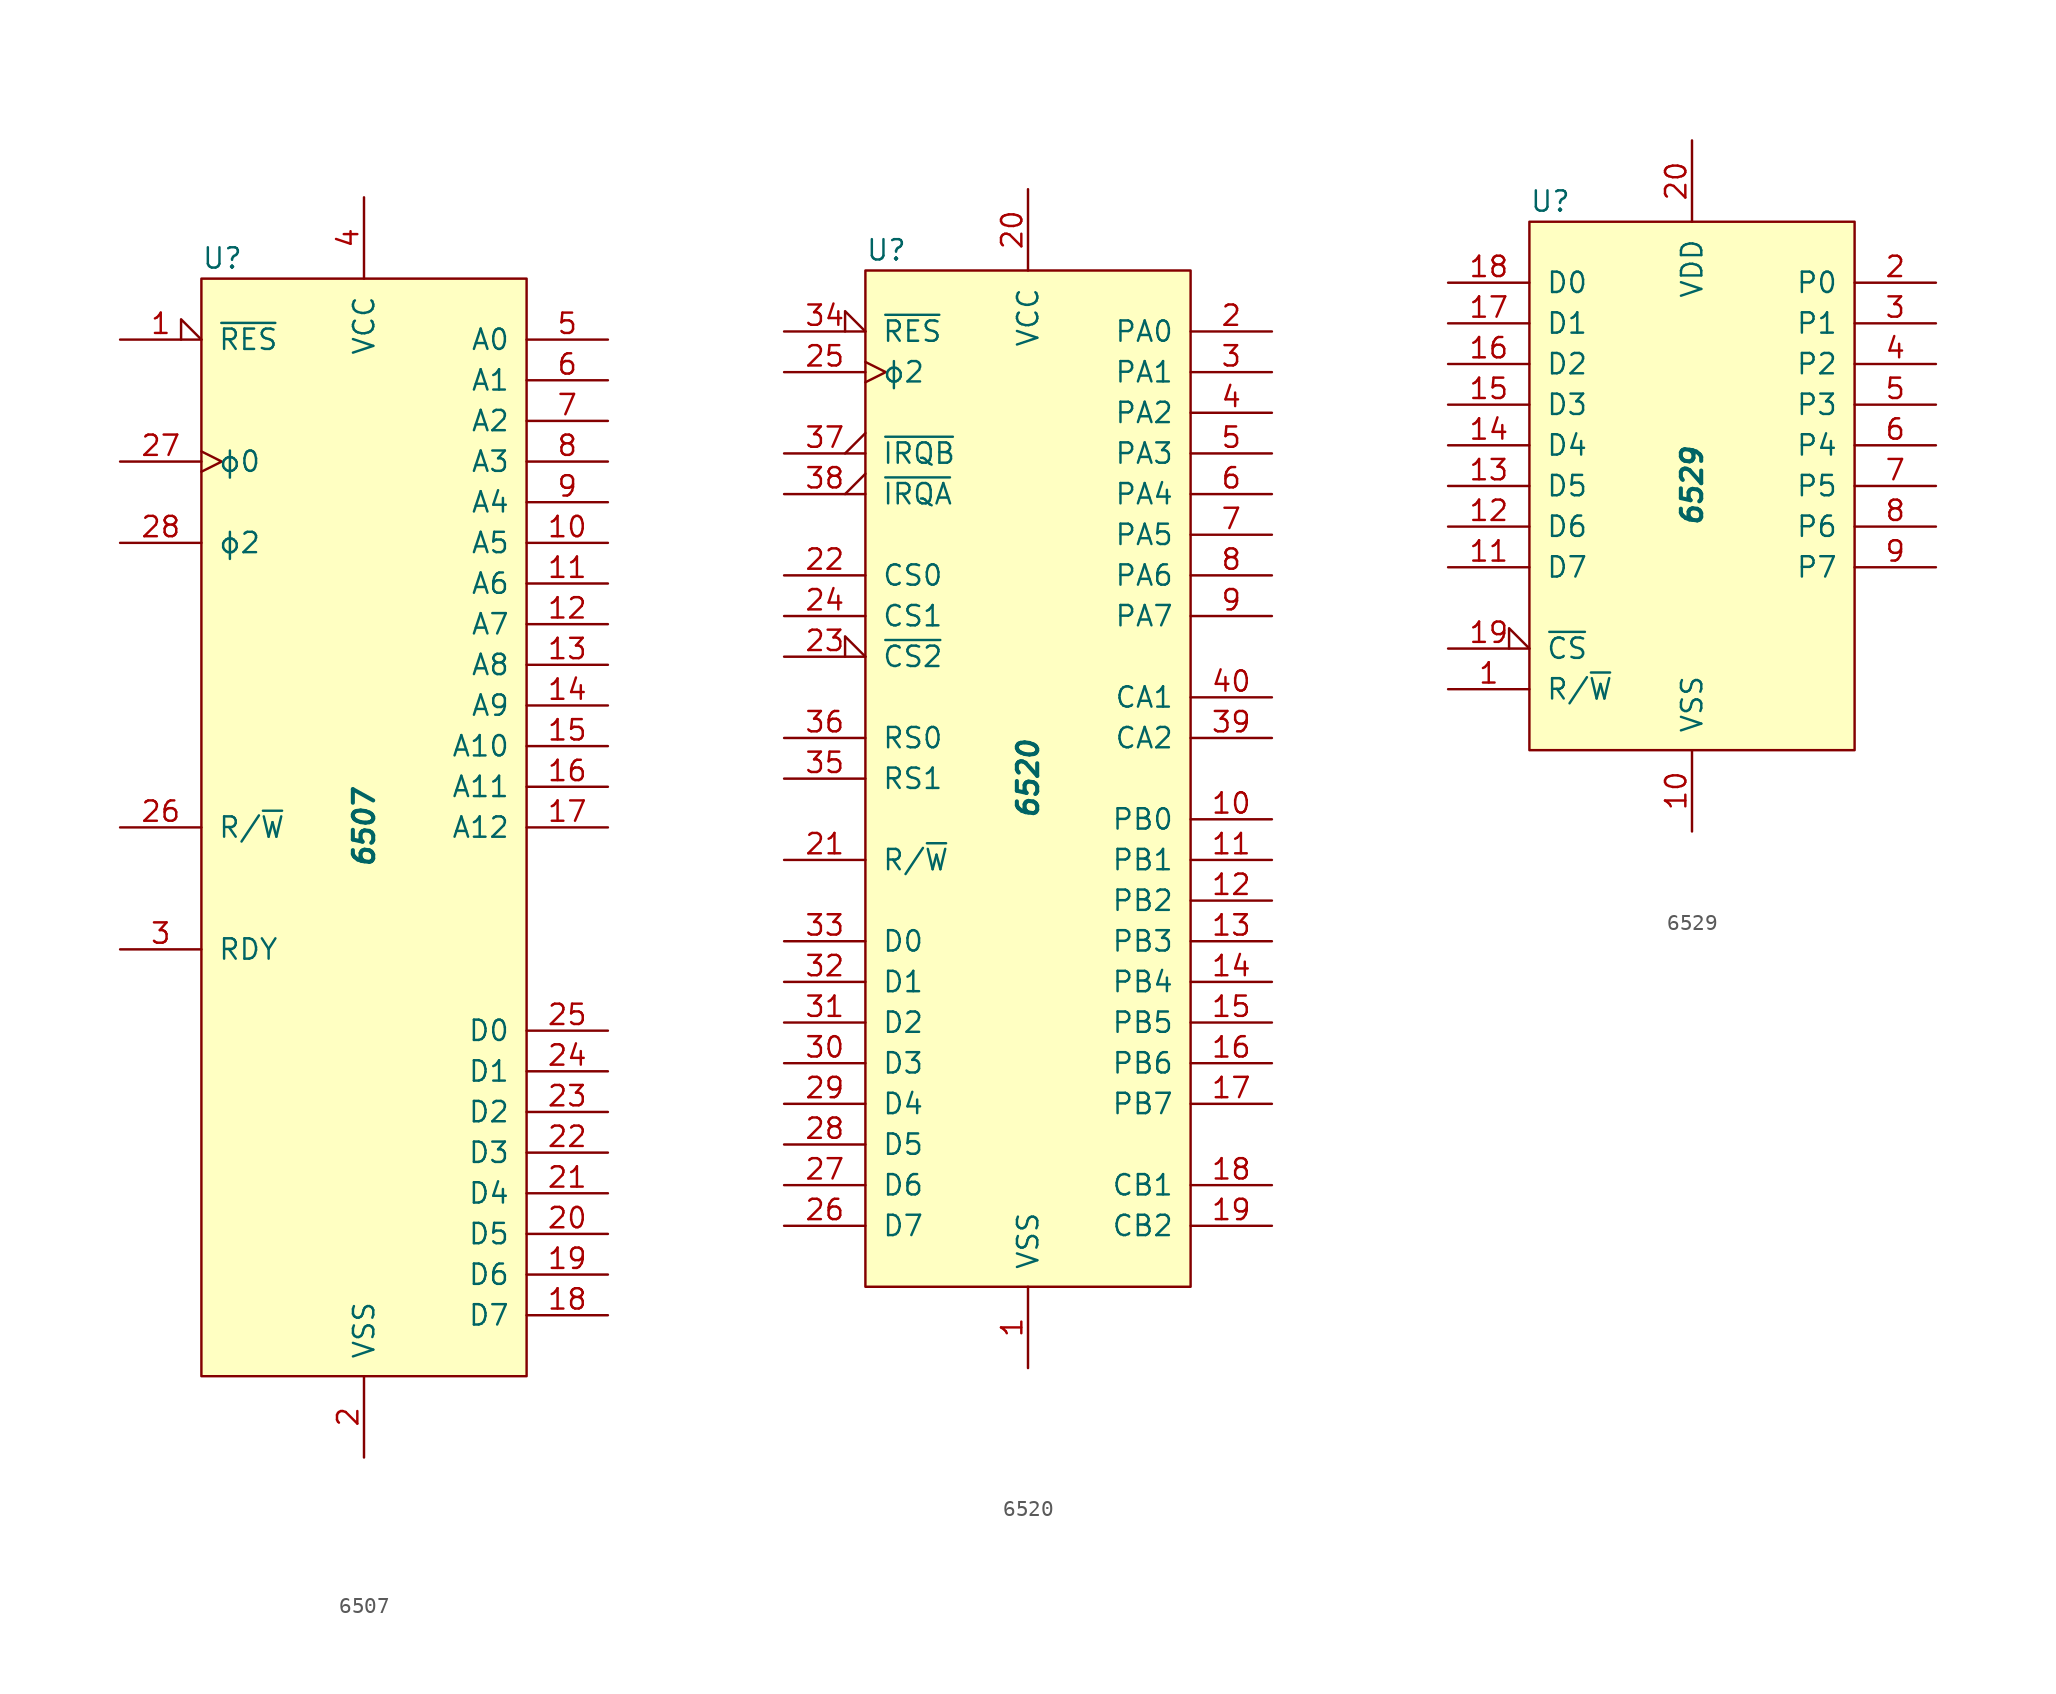
<source format=kicad_sym>
(kicad_symbol_lib
  (version 20241209)
  (generator "kicad_symbol_editor")
  (generator_version "9.0")
  (symbol "6507"
    (pin_names
      (offset 1.016))
    (property "Reference" "U"
      (at -10.16 35.56 0)
      (effects (font (size 1.27 1.27)) (justify left)))
    (property "Value" "6507"
      (at 0 0 90)
      (effects (font (size 1.27 1.27) (bold yes) (italic yes))))
    (symbol "6507_0_1"
      (rectangle (start -10.16 34.29) (end 10.16 -34.29) (stroke (width 0) (type solid)) (fill (type background))))
    (symbol "6507_1_1"
      (pin input input_low (at -15.24 30.48 0) (length 5.08) (name "~{RES}" (effects (font (size 1.27 1.27)))) (number "1" (effects (font (size 1.27 1.27)))))
      (pin input clock (at -15.24 22.86 0) (length 5.08) (name "ϕ0" (effects (font (size 1.27 1.27)))) (number "27" (effects (font (size 1.27 1.27)))))
      (pin output line (at -15.24 17.78 0) (length 5.08) (name "ϕ2" (effects (font (size 1.27 1.27)))) (number "28" (effects (font (size 1.27 1.27)))))
      (pin output line (at -15.24 0 0) (length 5.08) (name "R/~{W}" (effects (font (size 1.27 1.27)))) (number "26" (effects (font (size 1.27 1.27)))))
      (pin input line (at -15.24 -7.62 0) (length 5.08) (name "RDY" (effects (font (size 1.27 1.27)))) (number "3" (effects (font (size 1.27 1.27)))))
      (pin power_in line (at 0 39.37 270) (length 5.08) (name "VCC" (effects (font (size 1.27 1.27)))) (number "4" (effects (font (size 1.27 1.27)))))
      (pin power_in line (at 0 -39.37 90) (length 5.08) (name "VSS" (effects (font (size 1.27 1.27)))) (number "2" (effects (font (size 1.27 1.27)))))
      (pin output line (at 15.24 30.48 180) (length 5.08) (name "A0" (effects (font (size 1.27 1.27)))) (number "5" (effects (font (size 1.27 1.27)))))
      (pin output line (at 15.24 27.94 180) (length 5.08) (name "A1" (effects (font (size 1.27 1.27)))) (number "6" (effects (font (size 1.27 1.27)))))
      (pin output line (at 15.24 25.4 180) (length 5.08) (name "A2" (effects (font (size 1.27 1.27)))) (number "7" (effects (font (size 1.27 1.27)))))
      (pin output line (at 15.24 22.86 180) (length 5.08) (name "A3" (effects (font (size 1.27 1.27)))) (number "8" (effects (font (size 1.27 1.27)))))
      (pin output line (at 15.24 20.32 180) (length 5.08) (name "A4" (effects (font (size 1.27 1.27)))) (number "9" (effects (font (size 1.27 1.27)))))
      (pin output line (at 15.24 17.78 180) (length 5.08) (name "A5" (effects (font (size 1.27 1.27)))) (number "10" (effects (font (size 1.27 1.27)))))
      (pin output line (at 15.24 15.24 180) (length 5.08) (name "A6" (effects (font (size 1.27 1.27)))) (number "11" (effects (font (size 1.27 1.27)))))
      (pin output line (at 15.24 12.7 180) (length 5.08) (name "A7" (effects (font (size 1.27 1.27)))) (number "12" (effects (font (size 1.27 1.27)))))
      (pin output line (at 15.24 10.16 180) (length 5.08) (name "A8" (effects (font (size 1.27 1.27)))) (number "13" (effects (font (size 1.27 1.27)))))
      (pin output line (at 15.24 7.62 180) (length 5.08) (name "A9" (effects (font (size 1.27 1.27)))) (number "14" (effects (font (size 1.27 1.27)))))
      (pin output line (at 15.24 5.08 180) (length 5.08) (name "A10" (effects (font (size 1.27 1.27)))) (number "15" (effects (font (size 1.27 1.27)))))
      (pin output line (at 15.24 2.54 180) (length 5.08) (name "A11" (effects (font (size 1.27 1.27)))) (number "16" (effects (font (size 1.27 1.27)))))
      (pin output line (at 15.24 0 180) (length 5.08) (name "A12" (effects (font (size 1.27 1.27)))) (number "17" (effects (font (size 1.27 1.27)))))
      (pin bidirectional line (at 15.24 -12.7 180) (length 5.08) (name "D0" (effects (font (size 1.27 1.27)))) (number "25" (effects (font (size 1.27 1.27)))))
      (pin bidirectional line (at 15.24 -15.24 180) (length 5.08) (name "D1" (effects (font (size 1.27 1.27)))) (number "24" (effects (font (size 1.27 1.27)))))
      (pin bidirectional line (at 15.24 -17.78 180) (length 5.08) (name "D2" (effects (font (size 1.27 1.27)))) (number "23" (effects (font (size 1.27 1.27)))))
      (pin bidirectional line (at 15.24 -20.32 180) (length 5.08) (name "D3" (effects (font (size 1.27 1.27)))) (number "22" (effects (font (size 1.27 1.27)))))
      (pin bidirectional line (at 15.24 -22.86 180) (length 5.08) (name "D4" (effects (font (size 1.27 1.27)))) (number "21" (effects (font (size 1.27 1.27)))))
      (pin bidirectional line (at 15.24 -25.4 180) (length 5.08) (name "D5" (effects (font (size 1.27 1.27)))) (number "20" (effects (font (size 1.27 1.27)))))
      (pin bidirectional line (at 15.24 -27.94 180) (length 5.08) (name "D6" (effects (font (size 1.27 1.27)))) (number "19" (effects (font (size 1.27 1.27)))))
      (pin bidirectional line (at 15.24 -30.48 180) (length 5.08) (name "D7" (effects (font (size 1.27 1.27)))) (number "18" (effects (font (size 1.27 1.27)))))))
  (symbol "6520"
    (pin_names
      (offset 1.016))
    (property "Reference" "U"
      (at -10.16 33.02 0)
      (effects (font (size 1.27 1.27)) (justify left)))
    (property "Value" "6520"
      (at 0 0 90)
      (effects (font (size 1.27 1.27) (bold yes) (italic yes))))
    (symbol "6520_0_1"
      (rectangle (start -10.16 31.75) (end 10.16 -31.75) (stroke (width 0) (type solid)) (fill (type background))))
    (symbol "6520_1_1"
      (pin input input_low (at -15.24 27.94 0) (length 5.08) (name "~{RES}" (effects (font (size 1.27 1.27)))) (number "34" (effects (font (size 1.27 1.27)))))
      (pin input clock (at -15.24 25.4 0) (length 5.08) (name "ϕ2" (effects (font (size 1.27 1.27)))) (number "25" (effects (font (size 1.27 1.27)))))
      (pin open_collector output_low (at -15.24 20.32 0) (length 5.08) (name "~{IRQB}" (effects (font (size 1.27 1.27)))) (number "37" (effects (font (size 1.27 1.27)))))
      (pin open_collector output_low (at -15.24 17.78 0) (length 5.08) (name "~{IRQA}" (effects (font (size 1.27 1.27)))) (number "38" (effects (font (size 1.27 1.27)))))
      (pin input line (at -15.24 12.7 0) (length 5.08) (name "CS0" (effects (font (size 1.27 1.27)))) (number "22" (effects (font (size 1.27 1.27)))))
      (pin input line (at -15.24 10.16 0) (length 5.08) (name "CS1" (effects (font (size 1.27 1.27)))) (number "24" (effects (font (size 1.27 1.27)))))
      (pin input input_low (at -15.24 7.62 0) (length 5.08) (name "~{CS2}" (effects (font (size 1.27 1.27)))) (number "23" (effects (font (size 1.27 1.27)))))
      (pin input line (at -15.24 2.54 0) (length 5.08) (name "RS0" (effects (font (size 1.27 1.27)))) (number "36" (effects (font (size 1.27 1.27)))))
      (pin input line (at -15.24 0 0) (length 5.08) (name "RS1" (effects (font (size 1.27 1.27)))) (number "35" (effects (font (size 1.27 1.27)))))
      (pin input line (at -15.24 -5.08 0) (length 5.08) (name "R/~{W}" (effects (font (size 1.27 1.27)))) (number "21" (effects (font (size 1.27 1.27)))))
      (pin bidirectional line (at -15.24 -10.16 0) (length 5.08) (name "D0" (effects (font (size 1.27 1.27)))) (number "33" (effects (font (size 1.27 1.27)))))
      (pin bidirectional line (at -15.24 -12.7 0) (length 5.08) (name "D1" (effects (font (size 1.27 1.27)))) (number "32" (effects (font (size 1.27 1.27)))))
      (pin bidirectional line (at -15.24 -15.24 0) (length 5.08) (name "D2" (effects (font (size 1.27 1.27)))) (number "31" (effects (font (size 1.27 1.27)))))
      (pin bidirectional line (at -15.24 -17.78 0) (length 5.08) (name "D3" (effects (font (size 1.27 1.27)))) (number "30" (effects (font (size 1.27 1.27)))))
      (pin bidirectional line (at -15.24 -20.32 0) (length 5.08) (name "D4" (effects (font (size 1.27 1.27)))) (number "29" (effects (font (size 1.27 1.27)))))
      (pin bidirectional line (at -15.24 -22.86 0) (length 5.08) (name "D5" (effects (font (size 1.27 1.27)))) (number "28" (effects (font (size 1.27 1.27)))))
      (pin bidirectional line (at -15.24 -25.4 0) (length 5.08) (name "D6" (effects (font (size 1.27 1.27)))) (number "27" (effects (font (size 1.27 1.27)))))
      (pin bidirectional line (at -15.24 -27.94 0) (length 5.08) (name "D7" (effects (font (size 1.27 1.27)))) (number "26" (effects (font (size 1.27 1.27)))))
      (pin power_in line (at 0 36.83 270) (length 5.08) (name "VCC" (effects (font (size 1.27 1.27)))) (number "20" (effects (font (size 1.27 1.27)))))
      (pin power_in line (at 0 -36.83 90) (length 5.08) (name "VSS" (effects (font (size 1.27 1.27)))) (number "1" (effects (font (size 1.27 1.27)))))
      (pin bidirectional line (at 15.24 27.94 180) (length 5.08) (name "PA0" (effects (font (size 1.27 1.27)))) (number "2" (effects (font (size 1.27 1.27)))))
      (pin bidirectional line (at 15.24 25.4 180) (length 5.08) (name "PA1" (effects (font (size 1.27 1.27)))) (number "3" (effects (font (size 1.27 1.27)))))
      (pin bidirectional line (at 15.24 22.86 180) (length 5.08) (name "PA2" (effects (font (size 1.27 1.27)))) (number "4" (effects (font (size 1.27 1.27)))))
      (pin bidirectional line (at 15.24 20.32 180) (length 5.08) (name "PA3" (effects (font (size 1.27 1.27)))) (number "5" (effects (font (size 1.27 1.27)))))
      (pin bidirectional line (at 15.24 17.78 180) (length 5.08) (name "PA4" (effects (font (size 1.27 1.27)))) (number "6" (effects (font (size 1.27 1.27)))))
      (pin bidirectional line (at 15.24 15.24 180) (length 5.08) (name "PA5" (effects (font (size 1.27 1.27)))) (number "7" (effects (font (size 1.27 1.27)))))
      (pin bidirectional line (at 15.24 12.7 180) (length 5.08) (name "PA6" (effects (font (size 1.27 1.27)))) (number "8" (effects (font (size 1.27 1.27)))))
      (pin bidirectional line (at 15.24 10.16 180) (length 5.08) (name "PA7" (effects (font (size 1.27 1.27)))) (number "9" (effects (font (size 1.27 1.27)))))
      (pin input line (at 15.24 5.08 180) (length 5.08) (name "CA1" (effects (font (size 1.27 1.27)))) (number "40" (effects (font (size 1.27 1.27)))))
      (pin bidirectional line (at 15.24 2.54 180) (length 5.08) (name "CA2" (effects (font (size 1.27 1.27)))) (number "39" (effects (font (size 1.27 1.27)))))
      (pin bidirectional line (at 15.24 -2.54 180) (length 5.08) (name "PB0" (effects (font (size 1.27 1.27)))) (number "10" (effects (font (size 1.27 1.27)))))
      (pin bidirectional line (at 15.24 -5.08 180) (length 5.08) (name "PB1" (effects (font (size 1.27 1.27)))) (number "11" (effects (font (size 1.27 1.27)))))
      (pin bidirectional line (at 15.24 -7.62 180) (length 5.08) (name "PB2" (effects (font (size 1.27 1.27)))) (number "12" (effects (font (size 1.27 1.27)))))
      (pin bidirectional line (at 15.24 -10.16 180) (length 5.08) (name "PB3" (effects (font (size 1.27 1.27)))) (number "13" (effects (font (size 1.27 1.27)))))
      (pin bidirectional line (at 15.24 -12.7 180) (length 5.08) (name "PB4" (effects (font (size 1.27 1.27)))) (number "14" (effects (font (size 1.27 1.27)))))
      (pin bidirectional line (at 15.24 -15.24 180) (length 5.08) (name "PB5" (effects (font (size 1.27 1.27)))) (number "15" (effects (font (size 1.27 1.27)))))
      (pin bidirectional line (at 15.24 -17.78 180) (length 5.08) (name "PB6" (effects (font (size 1.27 1.27)))) (number "16" (effects (font (size 1.27 1.27)))))
      (pin bidirectional line (at 15.24 -20.32 180) (length 5.08) (name "PB7" (effects (font (size 1.27 1.27)))) (number "17" (effects (font (size 1.27 1.27)))))
      (pin input line (at 15.24 -25.4 180) (length 5.08) (name "CB1" (effects (font (size 1.27 1.27)))) (number "18" (effects (font (size 1.27 1.27)))))
      (pin bidirectional line (at 15.24 -27.94 180) (length 5.08) (name "CB2" (effects (font (size 1.27 1.27)))) (number "19" (effects (font (size 1.27 1.27)))))))
  (symbol "6529"
    (pin_names
      (offset 1.016))
    (property "Reference" "U"
      (at -10.16 17.78 0)
      (effects (font (size 1.27 1.27)) (justify left)))
    (property "Value" "6529"
      (at 0 0 90)
      (effects (font (size 1.27 1.27) (bold yes) (italic yes))))
    (symbol "6529_0_1"
      (rectangle (start -10.16 16.51) (end 10.16 -16.51) (stroke (width 0) (type solid)) (fill (type background))))
    (symbol "6529_1_1"
      (pin bidirectional line (at -15.24 12.7 0) (length 5.08) (name "D0" (effects (font (size 1.27 1.27)))) (number "18" (effects (font (size 1.27 1.27)))))
      (pin bidirectional line (at -15.24 10.16 0) (length 5.08) (name "D1" (effects (font (size 1.27 1.27)))) (number "17" (effects (font (size 1.27 1.27)))))
      (pin bidirectional line (at -15.24 7.62 0) (length 5.08) (name "D2" (effects (font (size 1.27 1.27)))) (number "16" (effects (font (size 1.27 1.27)))))
      (pin bidirectional line (at -15.24 5.08 0) (length 5.08) (name "D3" (effects (font (size 1.27 1.27)))) (number "15" (effects (font (size 1.27 1.27)))))
      (pin bidirectional line (at -15.24 2.54 0) (length 5.08) (name "D4" (effects (font (size 1.27 1.27)))) (number "14" (effects (font (size 1.27 1.27)))))
      (pin bidirectional line (at -15.24 0 0) (length 5.08) (name "D5" (effects (font (size 1.27 1.27)))) (number "13" (effects (font (size 1.27 1.27)))))
      (pin bidirectional line (at -15.24 -2.54 0) (length 5.08) (name "D6" (effects (font (size 1.27 1.27)))) (number "12" (effects (font (size 1.27 1.27)))))
      (pin bidirectional line (at -15.24 -5.08 0) (length 5.08) (name "D7" (effects (font (size 1.27 1.27)))) (number "11" (effects (font (size 1.27 1.27)))))
      (pin input input_low (at -15.24 -10.16 0) (length 5.08) (name "~{CS}" (effects (font (size 1.27 1.27)))) (number "19" (effects (font (size 1.27 1.27)))))
      (pin input line (at -15.24 -12.7 0) (length 5.08) (name "R/~{W}" (effects (font (size 1.27 1.27)))) (number "1" (effects (font (size 1.27 1.27)))))
      (pin power_in line (at 0 21.59 270) (length 5.08) (name "VDD" (effects (font (size 1.27 1.27)))) (number "20" (effects (font (size 1.27 1.27)))))
      (pin power_in line (at 0 -21.59 90) (length 5.08) (name "VSS" (effects (font (size 1.27 1.27)))) (number "10" (effects (font (size 1.27 1.27)))))
      (pin bidirectional line (at 15.24 12.7 180) (length 5.08) (name "P0" (effects (font (size 1.27 1.27)))) (number "2" (effects (font (size 1.27 1.27)))))
      (pin bidirectional line (at 15.24 10.16 180) (length 5.08) (name "P1" (effects (font (size 1.27 1.27)))) (number "3" (effects (font (size 1.27 1.27)))))
      (pin bidirectional line (at 15.24 7.62 180) (length 5.08) (name "P2" (effects (font (size 1.27 1.27)))) (number "4" (effects (font (size 1.27 1.27)))))
      (pin bidirectional line (at 15.24 5.08 180) (length 5.08) (name "P3" (effects (font (size 1.27 1.27)))) (number "5" (effects (font (size 1.27 1.27)))))
      (pin bidirectional line (at 15.24 2.54 180) (length 5.08) (name "P4" (effects (font (size 1.27 1.27)))) (number "6" (effects (font (size 1.27 1.27)))))
      (pin bidirectional line (at 15.24 0 180) (length 5.08) (name "P5" (effects (font (size 1.27 1.27)))) (number "7" (effects (font (size 1.27 1.27)))))
      (pin bidirectional line (at 15.24 -2.54 180) (length 5.08) (name "P6" (effects (font (size 1.27 1.27)))) (number "8" (effects (font (size 1.27 1.27)))))
      (pin bidirectional line (at 15.24 -5.08 180) (length 5.08) (name "P7" (effects (font (size 1.27 1.27)))) (number "9" (effects (font (size 1.27 1.27))))))))
</source>
